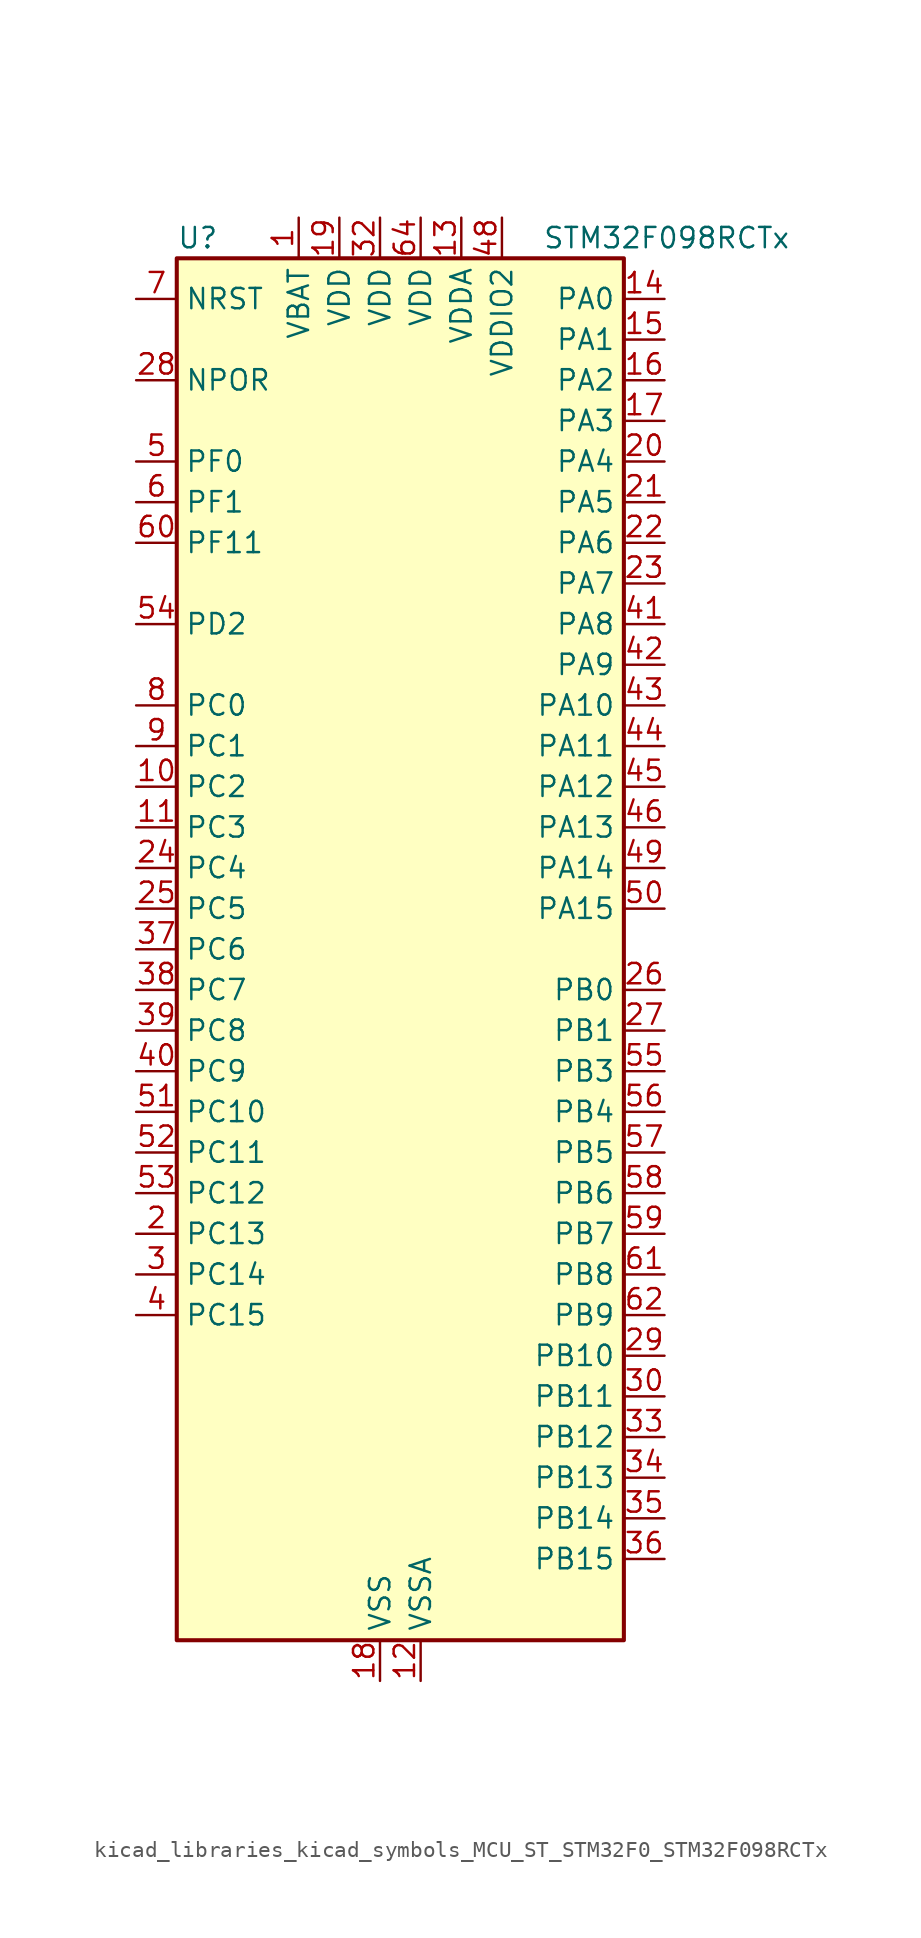
<source format=kicad_sym>
(kicad_symbol_lib
  (version 20220914)
  (generator kicad_symbol_editor)
  (symbol "kicad_libraries_kicad_symbols_MCU_ST_STM32F0_STM32F098RCTx"
    (property "Reference" "U"
      (at -12.7 44.45 0)
      (effects (font (size 1.27 1.27)) (justify left)))
    (property "Value" "STM32F098RCTx"
      (at 10.16 44.45 0)
      (effects (font (size 1.27 1.27)) (justify left)))
    (property "ki_locked" ""
      (at 0 0 0)
      (effects (font (size 1.27 1.27))))
    (symbol "kicad_libraries_kicad_symbols_MCU_ST_STM32F0_STM32F098RCTx_0_1"
      (rectangle (start -12.7 -43.18) (end 15.24 43.18) (stroke (width 0.254) (type default)) (fill (type background))))
    (symbol "kicad_libraries_kicad_symbols_MCU_ST_STM32F0_STM32F098RCTx_1_1"
      (pin power_in line (at -5.08 45.72 270) (length 2.54) (name "VBAT" (effects (font (size 1.27 1.27)))) (number "1" (effects (font (size 1.27 1.27)))))
      (pin bidirectional line (at -15.24 10.16 0) (length 2.54) (name "PC2" (effects (font (size 1.27 1.27)))) (number "10" (effects (font (size 1.27 1.27)))) (alternate "ADC_IN12" bidirectional line) (alternate "I2S2_MCK" bidirectional line) (alternate "SPI2_MISO" bidirectional line) (alternate "USART8_TX" bidirectional line))
      (pin bidirectional line (at -15.24 7.62 0) (length 2.54) (name "PC3" (effects (font (size 1.27 1.27)))) (number "11" (effects (font (size 1.27 1.27)))) (alternate "ADC_IN13" bidirectional line) (alternate "I2S2_SD" bidirectional line) (alternate "SPI2_MOSI" bidirectional line) (alternate "USART8_RX" bidirectional line))
      (pin power_in line (at 2.54 -45.72 90) (length 2.54) (name "VSSA" (effects (font (size 1.27 1.27)))) (number "12" (effects (font (size 1.27 1.27)))))
      (pin power_in line (at 5.08 45.72 270) (length 2.54) (name "VDDA" (effects (font (size 1.27 1.27)))) (number "13" (effects (font (size 1.27 1.27)))))
      (pin bidirectional line (at 17.78 40.64 180) (length 2.54) (name "PA0" (effects (font (size 1.27 1.27)))) (number "14" (effects (font (size 1.27 1.27)))) (alternate "ADC_IN0" bidirectional line) (alternate "COMP1_INM" bidirectional line) (alternate "COMP1_OUT" bidirectional line) (alternate "RTC_TAMP2" bidirectional line) (alternate "SYS_WKUP1" bidirectional line) (alternate "TIM2_CH1" bidirectional line) (alternate "TIM2_ETR" bidirectional line) (alternate "TSC_G1_IO1" bidirectional line) (alternate "USART2_CTS" bidirectional line) (alternate "USART4_TX" bidirectional line))
      (pin bidirectional line (at 17.78 38.1 180) (length 2.54) (name "PA1" (effects (font (size 1.27 1.27)))) (number "15" (effects (font (size 1.27 1.27)))) (alternate "ADC_IN1" bidirectional line) (alternate "COMP1_INP" bidirectional line) (alternate "TIM15_CH1N" bidirectional line) (alternate "TIM2_CH2" bidirectional line) (alternate "TSC_G1_IO2" bidirectional line) (alternate "USART2_DE" bidirectional line) (alternate "USART2_RTS" bidirectional line) (alternate "USART4_RX" bidirectional line))
      (pin bidirectional line (at 17.78 35.56 180) (length 2.54) (name "PA2" (effects (font (size 1.27 1.27)))) (number "16" (effects (font (size 1.27 1.27)))) (alternate "ADC_IN2" bidirectional line) (alternate "COMP2_INM" bidirectional line) (alternate "COMP2_OUT" bidirectional line) (alternate "SYS_WKUP4" bidirectional line) (alternate "TIM15_CH1" bidirectional line) (alternate "TIM2_CH3" bidirectional line) (alternate "TSC_G1_IO3" bidirectional line) (alternate "USART2_TX" bidirectional line))
      (pin bidirectional line (at 17.78 33.02 180) (length 2.54) (name "PA3" (effects (font (size 1.27 1.27)))) (number "17" (effects (font (size 1.27 1.27)))) (alternate "ADC_IN3" bidirectional line) (alternate "COMP2_INP" bidirectional line) (alternate "TIM15_CH2" bidirectional line) (alternate "TIM2_CH4" bidirectional line) (alternate "TSC_G1_IO4" bidirectional line) (alternate "USART2_RX" bidirectional line))
      (pin power_in line (at 0 -45.72 90) (length 2.54) (name "VSS" (effects (font (size 1.27 1.27)))) (number "18" (effects (font (size 1.27 1.27)))))
      (pin power_in line (at -2.54 45.72 270) (length 2.54) (name "VDD" (effects (font (size 1.27 1.27)))) (number "19" (effects (font (size 1.27 1.27)))))
      (pin bidirectional line (at -15.24 -17.78 0) (length 2.54) (name "PC13" (effects (font (size 1.27 1.27)))) (number "2" (effects (font (size 1.27 1.27)))) (alternate "RTC_OUT_ALARM" bidirectional line) (alternate "RTC_OUT_CALIB" bidirectional line) (alternate "RTC_TAMP1" bidirectional line) (alternate "RTC_TS" bidirectional line) (alternate "SYS_WKUP2" bidirectional line))
      (pin bidirectional line (at 17.78 30.48 180) (length 2.54) (name "PA4" (effects (font (size 1.27 1.27)))) (number "20" (effects (font (size 1.27 1.27)))) (alternate "ADC_IN4" bidirectional line) (alternate "COMP1_INM" bidirectional line) (alternate "COMP2_INM" bidirectional line) (alternate "DAC_OUT1" bidirectional line) (alternate "I2S1_WS" bidirectional line) (alternate "SPI1_NSS" bidirectional line) (alternate "TIM14_CH1" bidirectional line) (alternate "TSC_G2_IO1" bidirectional line) (alternate "USART2_CK" bidirectional line) (alternate "USART6_TX" bidirectional line))
      (pin bidirectional line (at 17.78 27.94 180) (length 2.54) (name "PA5" (effects (font (size 1.27 1.27)))) (number "21" (effects (font (size 1.27 1.27)))) (alternate "ADC_IN5" bidirectional line) (alternate "CEC" bidirectional line) (alternate "COMP1_INM" bidirectional line) (alternate "COMP2_INM" bidirectional line) (alternate "DAC_OUT2" bidirectional line) (alternate "I2S1_CK" bidirectional line) (alternate "SPI1_SCK" bidirectional line) (alternate "TIM2_CH1" bidirectional line) (alternate "TIM2_ETR" bidirectional line) (alternate "TSC_G2_IO2" bidirectional line) (alternate "USART6_RX" bidirectional line))
      (pin bidirectional line (at 17.78 25.4 180) (length 2.54) (name "PA6" (effects (font (size 1.27 1.27)))) (number "22" (effects (font (size 1.27 1.27)))) (alternate "ADC_IN6" bidirectional line) (alternate "COMP1_OUT" bidirectional line) (alternate "I2S1_MCK" bidirectional line) (alternate "SPI1_MISO" bidirectional line) (alternate "TIM16_CH1" bidirectional line) (alternate "TIM1_BKIN" bidirectional line) (alternate "TIM3_CH1" bidirectional line) (alternate "TSC_G2_IO3" bidirectional line) (alternate "USART3_CTS" bidirectional line))
      (pin bidirectional line (at 17.78 22.86 180) (length 2.54) (name "PA7" (effects (font (size 1.27 1.27)))) (number "23" (effects (font (size 1.27 1.27)))) (alternate "ADC_IN7" bidirectional line) (alternate "COMP2_OUT" bidirectional line) (alternate "I2S1_SD" bidirectional line) (alternate "SPI1_MOSI" bidirectional line) (alternate "TIM14_CH1" bidirectional line) (alternate "TIM17_CH1" bidirectional line) (alternate "TIM1_CH1N" bidirectional line) (alternate "TIM3_CH2" bidirectional line) (alternate "TSC_G2_IO4" bidirectional line))
      (pin bidirectional line (at -15.24 5.08 0) (length 2.54) (name "PC4" (effects (font (size 1.27 1.27)))) (number "24" (effects (font (size 1.27 1.27)))) (alternate "ADC_IN14" bidirectional line) (alternate "USART3_TX" bidirectional line))
      (pin bidirectional line (at -15.24 2.54 0) (length 2.54) (name "PC5" (effects (font (size 1.27 1.27)))) (number "25" (effects (font (size 1.27 1.27)))) (alternate "ADC_IN15" bidirectional line) (alternate "SYS_WKUP5" bidirectional line) (alternate "TSC_G3_IO1" bidirectional line) (alternate "USART3_RX" bidirectional line))
      (pin bidirectional line (at 17.78 -2.54 180) (length 2.54) (name "PB0" (effects (font (size 1.27 1.27)))) (number "26" (effects (font (size 1.27 1.27)))) (alternate "ADC_IN8" bidirectional line) (alternate "TIM1_CH2N" bidirectional line) (alternate "TIM3_CH3" bidirectional line) (alternate "TSC_G3_IO2" bidirectional line) (alternate "USART3_CK" bidirectional line))
      (pin bidirectional line (at 17.78 -5.08 180) (length 2.54) (name "PB1" (effects (font (size 1.27 1.27)))) (number "27" (effects (font (size 1.27 1.27)))) (alternate "ADC_IN9" bidirectional line) (alternate "TIM14_CH1" bidirectional line) (alternate "TIM1_CH3N" bidirectional line) (alternate "TIM3_CH4" bidirectional line) (alternate "TSC_G3_IO3" bidirectional line) (alternate "USART3_DE" bidirectional line) (alternate "USART3_RTS" bidirectional line))
      (pin input line (at -15.24 35.56 0) (length 2.54) (name "NPOR" (effects (font (size 1.27 1.27)))) (number "28" (effects (font (size 1.27 1.27)))))
      (pin bidirectional line (at 17.78 -25.4 180) (length 2.54) (name "PB10" (effects (font (size 1.27 1.27)))) (number "29" (effects (font (size 1.27 1.27)))) (alternate "CEC" bidirectional line) (alternate "I2C2_SCL" bidirectional line) (alternate "I2S2_CK" bidirectional line) (alternate "SPI2_SCK" bidirectional line) (alternate "TIM2_CH3" bidirectional line) (alternate "TSC_SYNC" bidirectional line) (alternate "USART3_TX" bidirectional line))
      (pin bidirectional line (at -15.24 -20.32 0) (length 2.54) (name "PC14" (effects (font (size 1.27 1.27)))) (number "3" (effects (font (size 1.27 1.27)))) (alternate "RCC_OSC32_IN" bidirectional line))
      (pin bidirectional line (at 17.78 -27.94 180) (length 2.54) (name "PB11" (effects (font (size 1.27 1.27)))) (number "30" (effects (font (size 1.27 1.27)))) (alternate "I2C2_SDA" bidirectional line) (alternate "TIM2_CH4" bidirectional line) (alternate "TSC_G6_IO1" bidirectional line) (alternate "USART3_RX" bidirectional line))
      (pin passive line (at 0 -45.72 90) (length 2.54) hide (name "VSS" (effects (font (size 1.27 1.27)))) (number "31" (effects (font (size 1.27 1.27)))))
      (pin power_in line (at 0 45.72 270) (length 2.54) (name "VDD" (effects (font (size 1.27 1.27)))) (number "32" (effects (font (size 1.27 1.27)))))
      (pin bidirectional line (at 17.78 -30.48 180) (length 2.54) (name "PB12" (effects (font (size 1.27 1.27)))) (number "33" (effects (font (size 1.27 1.27)))) (alternate "I2S2_WS" bidirectional line) (alternate "SPI2_NSS" bidirectional line) (alternate "TIM15_BKIN" bidirectional line) (alternate "TIM1_BKIN" bidirectional line) (alternate "TSC_G6_IO2" bidirectional line) (alternate "USART3_CK" bidirectional line))
      (pin bidirectional line (at 17.78 -33.02 180) (length 2.54) (name "PB13" (effects (font (size 1.27 1.27)))) (number "34" (effects (font (size 1.27 1.27)))) (alternate "I2C2_SCL" bidirectional line) (alternate "I2S2_CK" bidirectional line) (alternate "SPI2_SCK" bidirectional line) (alternate "TIM1_CH1N" bidirectional line) (alternate "TSC_G6_IO3" bidirectional line) (alternate "USART3_CTS" bidirectional line))
      (pin bidirectional line (at 17.78 -35.56 180) (length 2.54) (name "PB14" (effects (font (size 1.27 1.27)))) (number "35" (effects (font (size 1.27 1.27)))) (alternate "I2C2_SDA" bidirectional line) (alternate "I2S2_MCK" bidirectional line) (alternate "SPI2_MISO" bidirectional line) (alternate "TIM15_CH1" bidirectional line) (alternate "TIM1_CH2N" bidirectional line) (alternate "TSC_G6_IO4" bidirectional line) (alternate "USART3_DE" bidirectional line) (alternate "USART3_RTS" bidirectional line))
      (pin bidirectional line (at 17.78 -38.1 180) (length 2.54) (name "PB15" (effects (font (size 1.27 1.27)))) (number "36" (effects (font (size 1.27 1.27)))) (alternate "I2S2_SD" bidirectional line) (alternate "RTC_REFIN" bidirectional line) (alternate "SPI2_MOSI" bidirectional line) (alternate "SYS_WKUP7" bidirectional line) (alternate "TIM15_CH1N" bidirectional line) (alternate "TIM15_CH2" bidirectional line) (alternate "TIM1_CH3N" bidirectional line))
      (pin bidirectional line (at -15.24 0 0) (length 2.54) (name "PC6" (effects (font (size 1.27 1.27)))) (number "37" (effects (font (size 1.27 1.27)))) (alternate "TIM3_CH1" bidirectional line) (alternate "USART7_TX" bidirectional line))
      (pin bidirectional line (at -15.24 -2.54 0) (length 2.54) (name "PC7" (effects (font (size 1.27 1.27)))) (number "38" (effects (font (size 1.27 1.27)))) (alternate "TIM3_CH2" bidirectional line) (alternate "USART7_RX" bidirectional line))
      (pin bidirectional line (at -15.24 -5.08 0) (length 2.54) (name "PC8" (effects (font (size 1.27 1.27)))) (number "39" (effects (font (size 1.27 1.27)))) (alternate "TIM3_CH3" bidirectional line) (alternate "USART8_TX" bidirectional line))
      (pin bidirectional line (at -15.24 -22.86 0) (length 2.54) (name "PC15" (effects (font (size 1.27 1.27)))) (number "4" (effects (font (size 1.27 1.27)))) (alternate "RCC_OSC32_OUT" bidirectional line))
      (pin bidirectional line (at -15.24 -7.62 0) (length 2.54) (name "PC9" (effects (font (size 1.27 1.27)))) (number "40" (effects (font (size 1.27 1.27)))) (alternate "DAC_EXTI9" bidirectional line) (alternate "TIM3_CH4" bidirectional line) (alternate "USART8_RX" bidirectional line))
      (pin bidirectional line (at 17.78 20.32 180) (length 2.54) (name "PA8" (effects (font (size 1.27 1.27)))) (number "41" (effects (font (size 1.27 1.27)))) (alternate "CRS_SYNC" bidirectional line) (alternate "RCC_MCO" bidirectional line) (alternate "TIM1_CH1" bidirectional line) (alternate "USART1_CK" bidirectional line))
      (pin bidirectional line (at 17.78 17.78 180) (length 2.54) (name "PA9" (effects (font (size 1.27 1.27)))) (number "42" (effects (font (size 1.27 1.27)))) (alternate "DAC_EXTI9" bidirectional line) (alternate "I2C1_SCL" bidirectional line) (alternate "RCC_MCO" bidirectional line) (alternate "TIM15_BKIN" bidirectional line) (alternate "TIM1_CH2" bidirectional line) (alternate "TSC_G4_IO1" bidirectional line) (alternate "USART1_TX" bidirectional line))
      (pin bidirectional line (at 17.78 15.24 180) (length 2.54) (name "PA10" (effects (font (size 1.27 1.27)))) (number "43" (effects (font (size 1.27 1.27)))) (alternate "I2C1_SDA" bidirectional line) (alternate "TIM17_BKIN" bidirectional line) (alternate "TIM1_CH3" bidirectional line) (alternate "TSC_G4_IO2" bidirectional line) (alternate "USART1_RX" bidirectional line))
      (pin bidirectional line (at 17.78 12.7 180) (length 2.54) (name "PA11" (effects (font (size 1.27 1.27)))) (number "44" (effects (font (size 1.27 1.27)))) (alternate "CAN_RX" bidirectional line) (alternate "COMP1_OUT" bidirectional line) (alternate "I2C2_SCL" bidirectional line) (alternate "TIM1_CH4" bidirectional line) (alternate "TSC_G4_IO3" bidirectional line) (alternate "USART1_CTS" bidirectional line))
      (pin bidirectional line (at 17.78 10.16 180) (length 2.54) (name "PA12" (effects (font (size 1.27 1.27)))) (number "45" (effects (font (size 1.27 1.27)))) (alternate "CAN_TX" bidirectional line) (alternate "COMP2_OUT" bidirectional line) (alternate "I2C2_SDA" bidirectional line) (alternate "TIM1_ETR" bidirectional line) (alternate "TSC_G4_IO4" bidirectional line) (alternate "USART1_DE" bidirectional line) (alternate "USART1_RTS" bidirectional line))
      (pin bidirectional line (at 17.78 7.62 180) (length 2.54) (name "PA13" (effects (font (size 1.27 1.27)))) (number "46" (effects (font (size 1.27 1.27)))) (alternate "IR_OUT" bidirectional line) (alternate "SYS_SWDIO" bidirectional line))
      (pin passive line (at 0 -45.72 90) (length 2.54) hide (name "VSS" (effects (font (size 1.27 1.27)))) (number "47" (effects (font (size 1.27 1.27)))))
      (pin power_in line (at 7.62 45.72 270) (length 2.54) (name "VDDIO2" (effects (font (size 1.27 1.27)))) (number "48" (effects (font (size 1.27 1.27)))))
      (pin bidirectional line (at 17.78 5.08 180) (length 2.54) (name "PA14" (effects (font (size 1.27 1.27)))) (number "49" (effects (font (size 1.27 1.27)))) (alternate "SYS_SWCLK" bidirectional line) (alternate "USART2_TX" bidirectional line))
      (pin bidirectional line (at -15.24 30.48 0) (length 2.54) (name "PF0" (effects (font (size 1.27 1.27)))) (number "5" (effects (font (size 1.27 1.27)))) (alternate "CRS_SYNC" bidirectional line) (alternate "I2C1_SDA" bidirectional line) (alternate "RCC_OSC_IN" bidirectional line))
      (pin bidirectional line (at 17.78 2.54 180) (length 2.54) (name "PA15" (effects (font (size 1.27 1.27)))) (number "50" (effects (font (size 1.27 1.27)))) (alternate "I2S1_WS" bidirectional line) (alternate "SPI1_NSS" bidirectional line) (alternate "TIM2_CH1" bidirectional line) (alternate "TIM2_ETR" bidirectional line) (alternate "USART2_RX" bidirectional line) (alternate "USART4_DE" bidirectional line) (alternate "USART4_RTS" bidirectional line))
      (pin bidirectional line (at -15.24 -10.16 0) (length 2.54) (name "PC10" (effects (font (size 1.27 1.27)))) (number "51" (effects (font (size 1.27 1.27)))) (alternate "USART3_TX" bidirectional line) (alternate "USART4_TX" bidirectional line))
      (pin bidirectional line (at -15.24 -12.7 0) (length 2.54) (name "PC11" (effects (font (size 1.27 1.27)))) (number "52" (effects (font (size 1.27 1.27)))) (alternate "USART3_RX" bidirectional line) (alternate "USART4_RX" bidirectional line))
      (pin bidirectional line (at -15.24 -15.24 0) (length 2.54) (name "PC12" (effects (font (size 1.27 1.27)))) (number "53" (effects (font (size 1.27 1.27)))) (alternate "USART3_CK" bidirectional line) (alternate "USART4_CK" bidirectional line) (alternate "USART5_TX" bidirectional line))
      (pin bidirectional line (at -15.24 20.32 0) (length 2.54) (name "PD2" (effects (font (size 1.27 1.27)))) (number "54" (effects (font (size 1.27 1.27)))) (alternate "TIM3_ETR" bidirectional line) (alternate "USART3_DE" bidirectional line) (alternate "USART3_RTS" bidirectional line) (alternate "USART5_RX" bidirectional line))
      (pin bidirectional line (at 17.78 -7.62 180) (length 2.54) (name "PB3" (effects (font (size 1.27 1.27)))) (number "55" (effects (font (size 1.27 1.27)))) (alternate "I2S1_CK" bidirectional line) (alternate "SPI1_SCK" bidirectional line) (alternate "TIM2_CH2" bidirectional line) (alternate "TSC_G5_IO1" bidirectional line) (alternate "USART5_TX" bidirectional line))
      (pin bidirectional line (at 17.78 -10.16 180) (length 2.54) (name "PB4" (effects (font (size 1.27 1.27)))) (number "56" (effects (font (size 1.27 1.27)))) (alternate "I2S1_MCK" bidirectional line) (alternate "SPI1_MISO" bidirectional line) (alternate "TIM17_BKIN" bidirectional line) (alternate "TIM3_CH1" bidirectional line) (alternate "TSC_G5_IO2" bidirectional line) (alternate "USART5_RX" bidirectional line))
      (pin bidirectional line (at 17.78 -12.7 180) (length 2.54) (name "PB5" (effects (font (size 1.27 1.27)))) (number "57" (effects (font (size 1.27 1.27)))) (alternate "I2C1_SMBA" bidirectional line) (alternate "I2S1_SD" bidirectional line) (alternate "SPI1_MOSI" bidirectional line) (alternate "SYS_WKUP6" bidirectional line) (alternate "TIM16_BKIN" bidirectional line) (alternate "TIM3_CH2" bidirectional line) (alternate "USART5_CK" bidirectional line) (alternate "USART5_DE" bidirectional line) (alternate "USART5_RTS" bidirectional line))
      (pin bidirectional line (at 17.78 -15.24 180) (length 2.54) (name "PB6" (effects (font (size 1.27 1.27)))) (number "58" (effects (font (size 1.27 1.27)))) (alternate "I2C1_SCL" bidirectional line) (alternate "TIM16_CH1N" bidirectional line) (alternate "TSC_G5_IO3" bidirectional line) (alternate "USART1_TX" bidirectional line))
      (pin bidirectional line (at 17.78 -17.78 180) (length 2.54) (name "PB7" (effects (font (size 1.27 1.27)))) (number "59" (effects (font (size 1.27 1.27)))) (alternate "I2C1_SDA" bidirectional line) (alternate "TIM17_CH1N" bidirectional line) (alternate "TSC_G5_IO4" bidirectional line) (alternate "USART1_RX" bidirectional line) (alternate "USART4_CTS" bidirectional line))
      (pin bidirectional line (at -15.24 27.94 0) (length 2.54) (name "PF1" (effects (font (size 1.27 1.27)))) (number "6" (effects (font (size 1.27 1.27)))) (alternate "I2C1_SCL" bidirectional line) (alternate "RCC_OSC_OUT" bidirectional line))
      (pin bidirectional line (at -15.24 25.4 0) (length 2.54) (name "PF11" (effects (font (size 1.27 1.27)))) (number "60" (effects (font (size 1.27 1.27)))))
      (pin bidirectional line (at 17.78 -20.32 180) (length 2.54) (name "PB8" (effects (font (size 1.27 1.27)))) (number "61" (effects (font (size 1.27 1.27)))) (alternate "CAN_RX" bidirectional line) (alternate "CEC" bidirectional line) (alternate "I2C1_SCL" bidirectional line) (alternate "TIM16_CH1" bidirectional line) (alternate "TSC_SYNC" bidirectional line))
      (pin bidirectional line (at 17.78 -22.86 180) (length 2.54) (name "PB9" (effects (font (size 1.27 1.27)))) (number "62" (effects (font (size 1.27 1.27)))) (alternate "CAN_TX" bidirectional line) (alternate "DAC_EXTI9" bidirectional line) (alternate "I2C1_SDA" bidirectional line) (alternate "I2S2_WS" bidirectional line) (alternate "IR_OUT" bidirectional line) (alternate "SPI2_NSS" bidirectional line) (alternate "TIM17_CH1" bidirectional line))
      (pin passive line (at 0 -45.72 90) (length 2.54) hide (name "VSS" (effects (font (size 1.27 1.27)))) (number "63" (effects (font (size 1.27 1.27)))))
      (pin power_in line (at 2.54 45.72 270) (length 2.54) (name "VDD" (effects (font (size 1.27 1.27)))) (number "64" (effects (font (size 1.27 1.27)))))
      (pin input line (at -15.24 40.64 0) (length 2.54) (name "NRST" (effects (font (size 1.27 1.27)))) (number "7" (effects (font (size 1.27 1.27)))))
      (pin bidirectional line (at -15.24 15.24 0) (length 2.54) (name "PC0" (effects (font (size 1.27 1.27)))) (number "8" (effects (font (size 1.27 1.27)))) (alternate "ADC_IN10" bidirectional line) (alternate "USART6_TX" bidirectional line) (alternate "USART7_TX" bidirectional line))
      (pin bidirectional line (at -15.24 12.7 0) (length 2.54) (name "PC1" (effects (font (size 1.27 1.27)))) (number "9" (effects (font (size 1.27 1.27)))) (alternate "ADC_IN11" bidirectional line) (alternate "USART6_RX" bidirectional line) (alternate "USART7_RX" bidirectional line)))))
</source>
